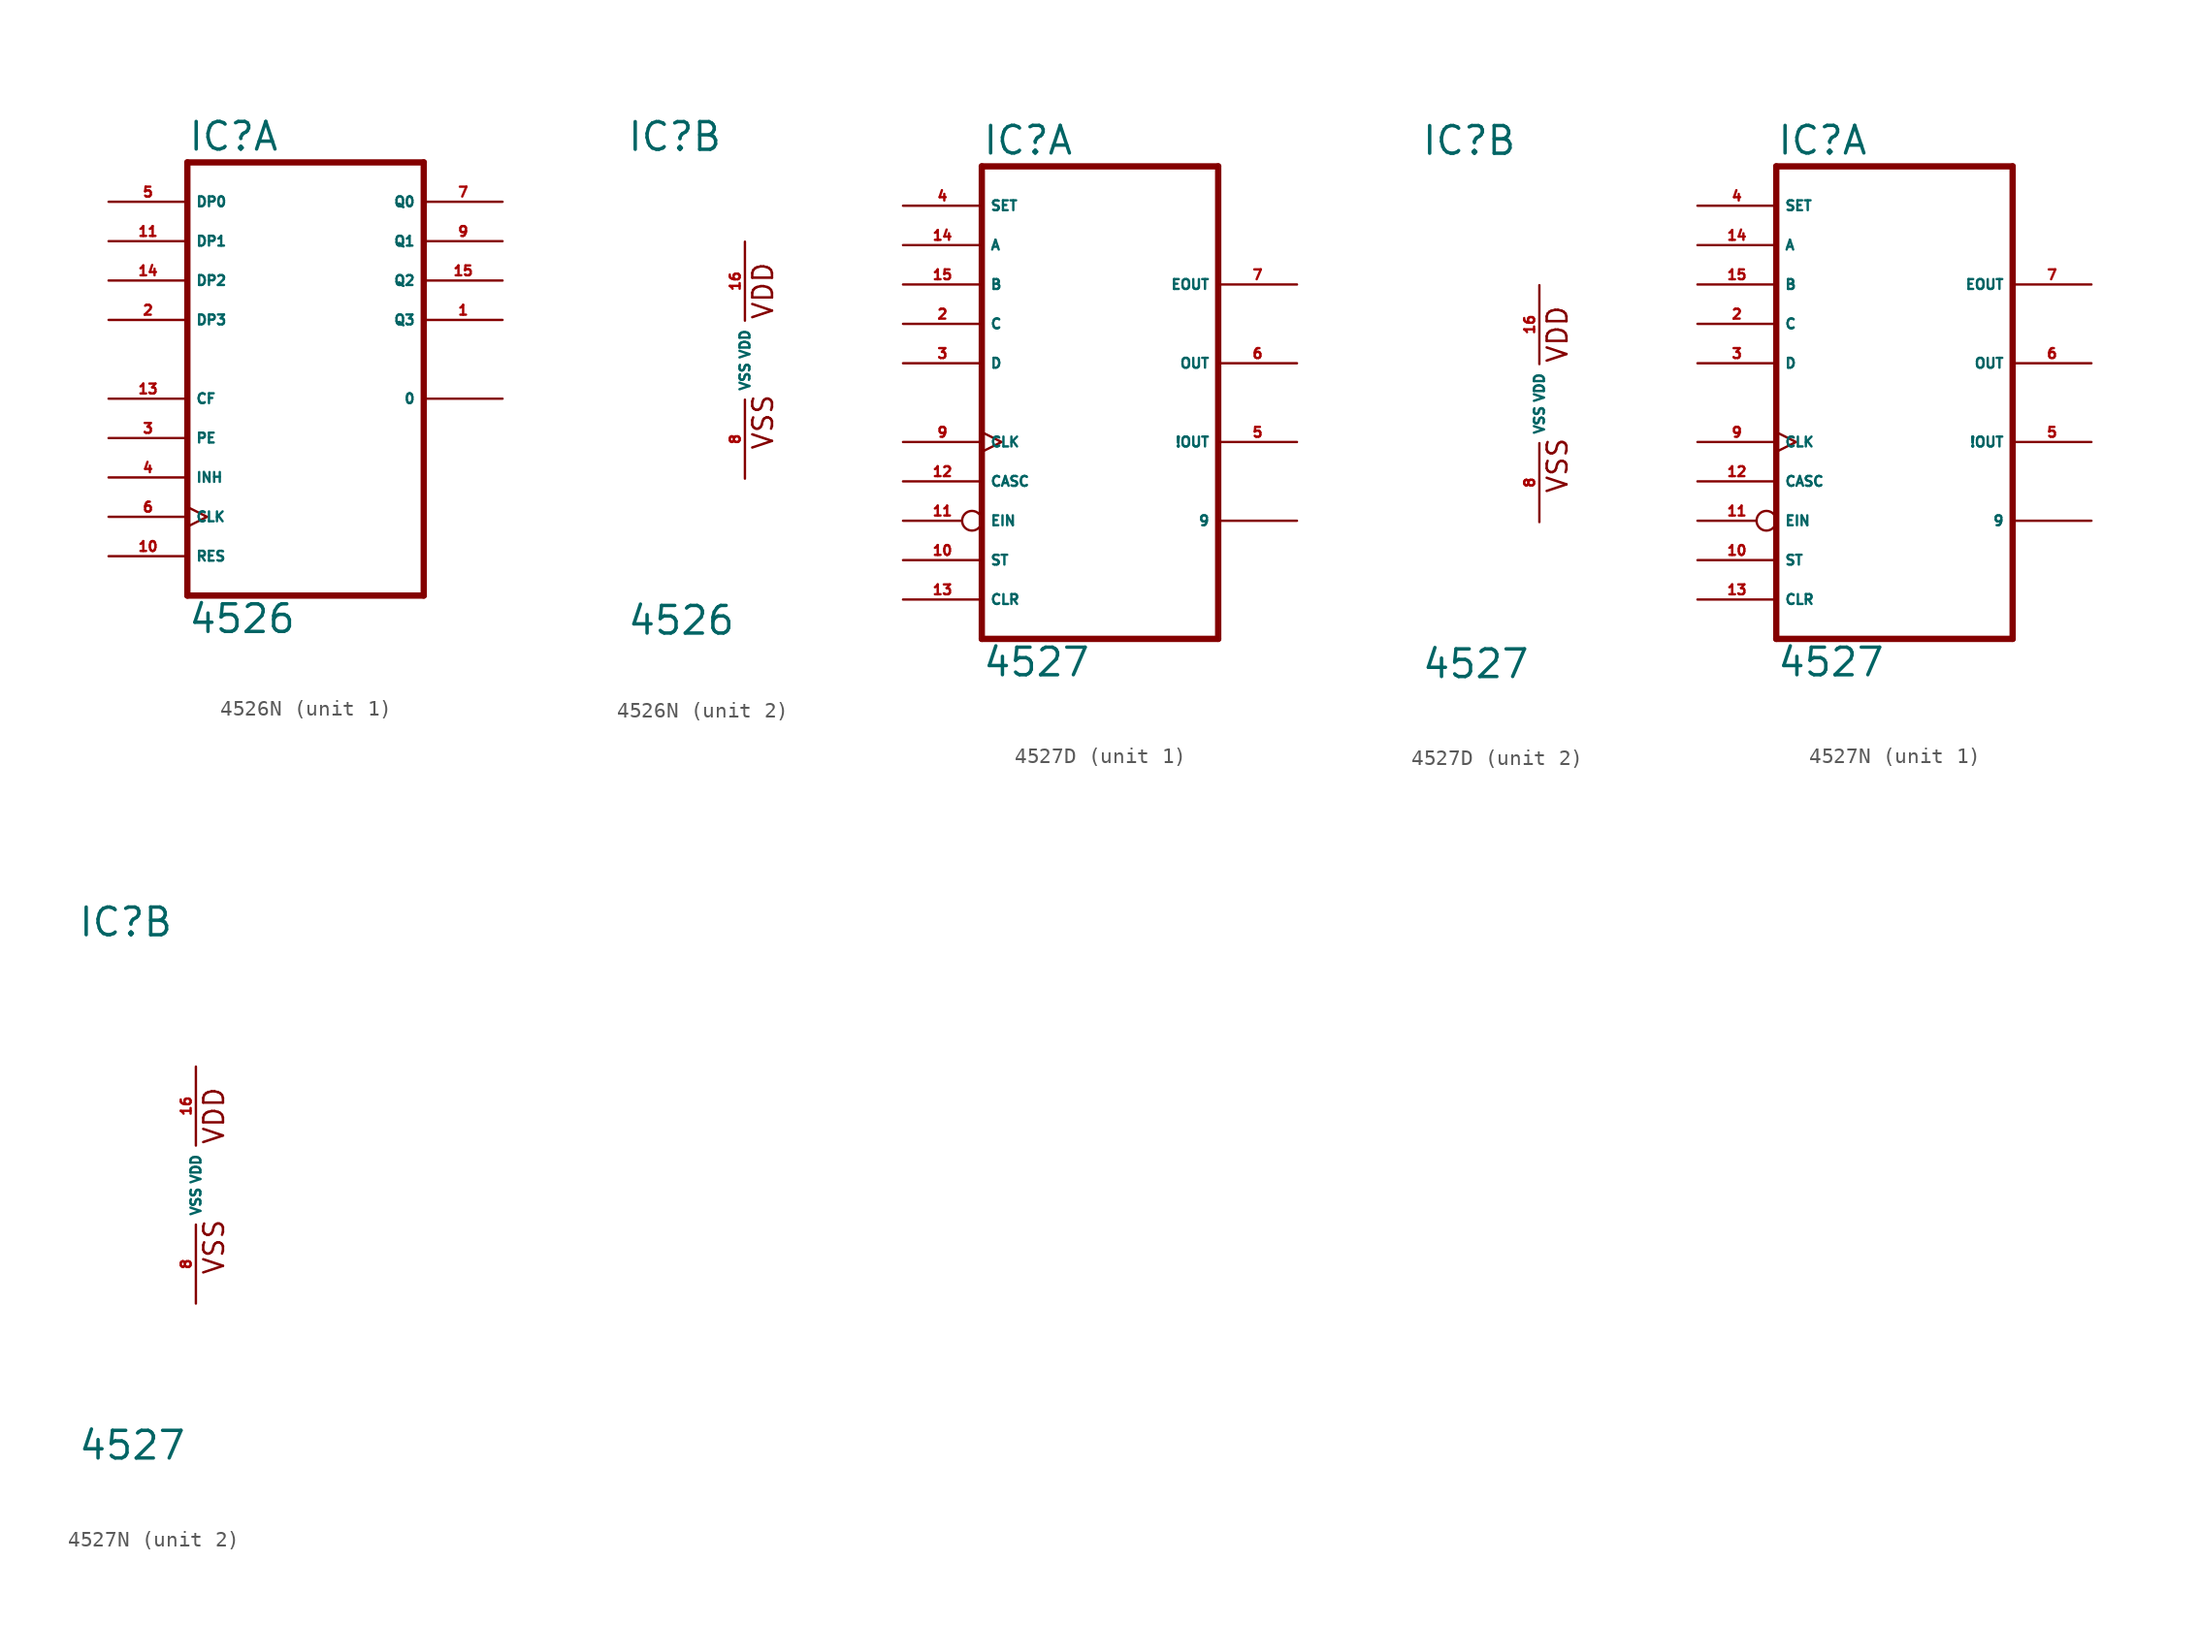
<source format=kicad_sym>
(kicad_symbol_lib
  (version 20220914)
  (generator Eagle2Kicad)
  (symbol "4526N"
    (property "Reference" "IC"
      (at -7.62 13.335 0)
      (effects (font (size 1.778 1.778) (thickness 0.22)) (justify left bottom)))
    (property "Value" "4526"
      (at -7.62 -17.78 0)
      (effects (font (size 1.778 1.778) (thickness 0.22)) (justify left bottom)))
    (symbol "4526N_1_0"
      (polyline (pts (xy -7.62 -15.24) (xy 7.62 -15.24)) (stroke (width 0.406) (type default)) (fill (type none)))
      (polyline (pts (xy 7.62 -15.24) (xy 7.62 12.7)) (stroke (width 0.406) (type default)) (fill (type none)))
      (polyline (pts (xy 7.62 12.7) (xy -7.62 12.7)) (stroke (width 0.406) (type default)) (fill (type none)))
      (polyline (pts (xy -7.62 12.7) (xy -7.62 -15.24)) (stroke (width 0.406) (type default)) (fill (type none)))
      (pin output line (at 12.7 2.54 180) (length 5.08) (name "Q3" (effects (font (size 0.635 0.635) (thickness 0.08)) (justify left bottom))) (number "1" (effects (font (size 0.635 0.635) (thickness 0.08)) (justify left bottom))))
      (pin input line (at -12.7 2.54 0) (length 5.08) (name "DP3" (effects (font (size 0.635 0.635) (thickness 0.08)) (justify left bottom))) (number "2" (effects (font (size 0.635 0.635) (thickness 0.08)) (justify left bottom))))
      (pin input line (at -12.7 -5.08 0) (length 5.08) (name "PE" (effects (font (size 0.635 0.635) (thickness 0.08)) (justify left bottom))) (number "3" (effects (font (size 0.635 0.635) (thickness 0.08)) (justify left bottom))))
      (pin input line (at -12.7 -7.62 0) (length 5.08) (name "INH" (effects (font (size 0.635 0.635) (thickness 0.08)) (justify left bottom))) (number "4" (effects (font (size 0.635 0.635) (thickness 0.08)) (justify left bottom))))
      (pin input line (at -12.7 10.16 0) (length 5.08) (name "DP0" (effects (font (size 0.635 0.635) (thickness 0.08)) (justify left bottom))) (number "5" (effects (font (size 0.635 0.635) (thickness 0.08)) (justify left bottom))))
      (pin input clock (at -12.7 -10.16 0) (length 5.08) (name "CLK" (effects (font (size 0.635 0.635) (thickness 0.08)) (justify left bottom))) (number "6" (effects (font (size 0.635 0.635) (thickness 0.08)) (justify left bottom))))
      (pin output line (at 12.7 10.16 180) (length 5.08) (name "Q0" (effects (font (size 0.635 0.635) (thickness 0.08)) (justify left bottom))) (number "7" (effects (font (size 0.635 0.635) (thickness 0.08)) (justify left bottom))))
      (pin output line (at 12.7 7.62 180) (length 5.08) (name "Q1" (effects (font (size 0.635 0.635) (thickness 0.08)) (justify left bottom))) (number "9" (effects (font (size 0.635 0.635) (thickness 0.08)) (justify left bottom))))
      (pin input line (at -12.7 -12.7 0) (length 5.08) (name "RES" (effects (font (size 0.635 0.635) (thickness 0.08)) (justify left bottom))) (number "10" (effects (font (size 0.635 0.635) (thickness 0.08)) (justify left bottom))))
      (pin input line (at -12.7 7.62 0) (length 5.08) (name "DP1" (effects (font (size 0.635 0.635) (thickness 0.08)) (justify left bottom))) (number "11" (effects (font (size 0.635 0.635) (thickness 0.08)) (justify left bottom))))
      (pin output line (at 12.7 -2.54 180) (length 5.08) (name "0" (effects (font (size 0.635 0.635) (thickness 0.08)) (justify left bottom))) (number "" (effects (font (size 0.635 0.635) (thickness 0.08)) (justify left bottom))))
      (pin input line (at -12.7 -2.54 0) (length 5.08) (name "CF" (effects (font (size 0.635 0.635) (thickness 0.08)) (justify left bottom))) (number "13" (effects (font (size 0.635 0.635) (thickness 0.08)) (justify left bottom))))
      (pin input line (at -12.7 5.08 0) (length 5.08) (name "DP2" (effects (font (size 0.635 0.635) (thickness 0.08)) (justify left bottom))) (number "14" (effects (font (size 0.635 0.635) (thickness 0.08)) (justify left bottom))))
      (pin output line (at 12.7 5.08 180) (length 5.08) (name "Q2" (effects (font (size 0.635 0.635) (thickness 0.08)) (justify left bottom))) (number "15" (effects (font (size 0.635 0.635) (thickness 0.08)) (justify left bottom)))))
    (symbol "4526N_2_0"
      (text "VDD" (at 1.905 2.54 900) (effects (font (size 1.27 1.27) (thickness 0.16)) (justify left bottom)))
      (text "VSS" (at 1.905 -5.842 900) (effects (font (size 1.27 1.27) (thickness 0.16)) (justify left bottom)))
      (pin unspecified line (at 0 -7.62 90) (length 5.08) (name "VSS" (effects (font (size 0.635 0.635) (thickness 0.08)) (justify left bottom))) (number "8" (effects (font (size 0.635 0.635) (thickness 0.08)) (justify left bottom))))
      (pin unspecified line (at 0 7.62 270) (length 5.08) (name "VDD" (effects (font (size 0.635 0.635) (thickness 0.08)) (justify left bottom))) (number "16" (effects (font (size 0.635 0.635) (thickness 0.08)) (justify left bottom))))))
  (symbol "4527D"
    (property "Reference" "IC"
      (at -7.62 15.875 0)
      (effects (font (size 1.778 1.778) (thickness 0.22)) (justify left bottom)))
    (property "Value" "4527"
      (at -7.62 -17.78 0)
      (effects (font (size 1.778 1.778) (thickness 0.22)) (justify left bottom)))
    (symbol "4527D_1_0"
      (polyline (pts (xy -7.62 -15.24) (xy 7.62 -15.24)) (stroke (width 0.406) (type default)) (fill (type none)))
      (polyline (pts (xy 7.62 -15.24) (xy 7.62 15.24)) (stroke (width 0.406) (type default)) (fill (type none)))
      (polyline (pts (xy 7.62 15.24) (xy -7.62 15.24)) (stroke (width 0.406) (type default)) (fill (type none)))
      (polyline (pts (xy -7.62 15.24) (xy -7.62 -15.24)) (stroke (width 0.406) (type default)) (fill (type none)))
      (pin output line (at 12.7 -7.62 180) (length 5.08) (name "9" (effects (font (size 0.635 0.635) (thickness 0.08)) (justify left bottom))) (number "" (effects (font (size 0.635 0.635) (thickness 0.08)) (justify left bottom))))
      (pin input line (at -12.7 5.08 0) (length 5.08) (name "C" (effects (font (size 0.635 0.635) (thickness 0.08)) (justify left bottom))) (number "2" (effects (font (size 0.635 0.635) (thickness 0.08)) (justify left bottom))))
      (pin input line (at -12.7 2.54 0) (length 5.08) (name "D" (effects (font (size 0.635 0.635) (thickness 0.08)) (justify left bottom))) (number "3" (effects (font (size 0.635 0.635) (thickness 0.08)) (justify left bottom))))
      (pin input line (at -12.7 12.7 0) (length 5.08) (name "SET" (effects (font (size 0.635 0.635) (thickness 0.08)) (justify left bottom))) (number "4" (effects (font (size 0.635 0.635) (thickness 0.08)) (justify left bottom))))
      (pin output line (at 12.7 -2.54 180) (length 5.08) (name "!OUT" (effects (font (size 0.635 0.635) (thickness 0.08)) (justify left bottom))) (number "5" (effects (font (size 0.635 0.635) (thickness 0.08)) (justify left bottom))))
      (pin output line (at 12.7 2.54 180) (length 5.08) (name "OUT" (effects (font (size 0.635 0.635) (thickness 0.08)) (justify left bottom))) (number "6" (effects (font (size 0.635 0.635) (thickness 0.08)) (justify left bottom))))
      (pin output line (at 12.7 7.62 180) (length 5.08) (name "EOUT" (effects (font (size 0.635 0.635) (thickness 0.08)) (justify left bottom))) (number "7" (effects (font (size 0.635 0.635) (thickness 0.08)) (justify left bottom))))
      (pin input clock (at -12.7 -2.54 0) (length 5.08) (name "CLK" (effects (font (size 0.635 0.635) (thickness 0.08)) (justify left bottom))) (number "9" (effects (font (size 0.635 0.635) (thickness 0.08)) (justify left bottom))))
      (pin input line (at -12.7 -10.16 0) (length 5.08) (name "ST" (effects (font (size 0.635 0.635) (thickness 0.08)) (justify left bottom))) (number "10" (effects (font (size 0.635 0.635) (thickness 0.08)) (justify left bottom))))
      (pin input inverted (at -12.7 -7.62 0) (length 5.08) (name "EIN" (effects (font (size 0.635 0.635) (thickness 0.08)) (justify left bottom))) (number "11" (effects (font (size 0.635 0.635) (thickness 0.08)) (justify left bottom))))
      (pin input line (at -12.7 -5.08 0) (length 5.08) (name "CASC" (effects (font (size 0.635 0.635) (thickness 0.08)) (justify left bottom))) (number "12" (effects (font (size 0.635 0.635) (thickness 0.08)) (justify left bottom))))
      (pin input line (at -12.7 -12.7 0) (length 5.08) (name "CLR" (effects (font (size 0.635 0.635) (thickness 0.08)) (justify left bottom))) (number "13" (effects (font (size 0.635 0.635) (thickness 0.08)) (justify left bottom))))
      (pin input line (at -12.7 10.16 0) (length 5.08) (name "A" (effects (font (size 0.635 0.635) (thickness 0.08)) (justify left bottom))) (number "14" (effects (font (size 0.635 0.635) (thickness 0.08)) (justify left bottom))))
      (pin input line (at -12.7 7.62 0) (length 5.08) (name "B" (effects (font (size 0.635 0.635) (thickness 0.08)) (justify left bottom))) (number "15" (effects (font (size 0.635 0.635) (thickness 0.08)) (justify left bottom)))))
    (symbol "4527D_2_0"
      (text "VDD" (at 1.905 2.54 900) (effects (font (size 1.27 1.27) (thickness 0.16)) (justify left bottom)))
      (text "VSS" (at 1.905 -5.842 900) (effects (font (size 1.27 1.27) (thickness 0.16)) (justify left bottom)))
      (pin unspecified line (at 0 -7.62 90) (length 5.08) (name "VSS" (effects (font (size 0.635 0.635) (thickness 0.08)) (justify left bottom))) (number "8" (effects (font (size 0.635 0.635) (thickness 0.08)) (justify left bottom))))
      (pin unspecified line (at 0 7.62 270) (length 5.08) (name "VDD" (effects (font (size 0.635 0.635) (thickness 0.08)) (justify left bottom))) (number "16" (effects (font (size 0.635 0.635) (thickness 0.08)) (justify left bottom))))))
  (symbol "4527N"
    (property "Reference" "IC"
      (at -7.62 15.875 0)
      (effects (font (size 1.778 1.778) (thickness 0.22)) (justify left bottom)))
    (property "Value" "4527"
      (at -7.62 -17.78 0)
      (effects (font (size 1.778 1.778) (thickness 0.22)) (justify left bottom)))
    (symbol "4527N_1_0"
      (polyline (pts (xy -7.62 -15.24) (xy 7.62 -15.24)) (stroke (width 0.406) (type default)) (fill (type none)))
      (polyline (pts (xy 7.62 -15.24) (xy 7.62 15.24)) (stroke (width 0.406) (type default)) (fill (type none)))
      (polyline (pts (xy 7.62 15.24) (xy -7.62 15.24)) (stroke (width 0.406) (type default)) (fill (type none)))
      (polyline (pts (xy -7.62 15.24) (xy -7.62 -15.24)) (stroke (width 0.406) (type default)) (fill (type none)))
      (pin output line (at 12.7 -7.62 180) (length 5.08) (name "9" (effects (font (size 0.635 0.635) (thickness 0.08)) (justify left bottom))) (number "" (effects (font (size 0.635 0.635) (thickness 0.08)) (justify left bottom))))
      (pin input line (at -12.7 5.08 0) (length 5.08) (name "C" (effects (font (size 0.635 0.635) (thickness 0.08)) (justify left bottom))) (number "2" (effects (font (size 0.635 0.635) (thickness 0.08)) (justify left bottom))))
      (pin input line (at -12.7 2.54 0) (length 5.08) (name "D" (effects (font (size 0.635 0.635) (thickness 0.08)) (justify left bottom))) (number "3" (effects (font (size 0.635 0.635) (thickness 0.08)) (justify left bottom))))
      (pin input line (at -12.7 12.7 0) (length 5.08) (name "SET" (effects (font (size 0.635 0.635) (thickness 0.08)) (justify left bottom))) (number "4" (effects (font (size 0.635 0.635) (thickness 0.08)) (justify left bottom))))
      (pin output line (at 12.7 -2.54 180) (length 5.08) (name "!OUT" (effects (font (size 0.635 0.635) (thickness 0.08)) (justify left bottom))) (number "5" (effects (font (size 0.635 0.635) (thickness 0.08)) (justify left bottom))))
      (pin output line (at 12.7 2.54 180) (length 5.08) (name "OUT" (effects (font (size 0.635 0.635) (thickness 0.08)) (justify left bottom))) (number "6" (effects (font (size 0.635 0.635) (thickness 0.08)) (justify left bottom))))
      (pin output line (at 12.7 7.62 180) (length 5.08) (name "EOUT" (effects (font (size 0.635 0.635) (thickness 0.08)) (justify left bottom))) (number "7" (effects (font (size 0.635 0.635) (thickness 0.08)) (justify left bottom))))
      (pin input clock (at -12.7 -2.54 0) (length 5.08) (name "CLK" (effects (font (size 0.635 0.635) (thickness 0.08)) (justify left bottom))) (number "9" (effects (font (size 0.635 0.635) (thickness 0.08)) (justify left bottom))))
      (pin input line (at -12.7 -10.16 0) (length 5.08) (name "ST" (effects (font (size 0.635 0.635) (thickness 0.08)) (justify left bottom))) (number "10" (effects (font (size 0.635 0.635) (thickness 0.08)) (justify left bottom))))
      (pin input inverted (at -12.7 -7.62 0) (length 5.08) (name "EIN" (effects (font (size 0.635 0.635) (thickness 0.08)) (justify left bottom))) (number "11" (effects (font (size 0.635 0.635) (thickness 0.08)) (justify left bottom))))
      (pin input line (at -12.7 -5.08 0) (length 5.08) (name "CASC" (effects (font (size 0.635 0.635) (thickness 0.08)) (justify left bottom))) (number "12" (effects (font (size 0.635 0.635) (thickness 0.08)) (justify left bottom))))
      (pin input line (at -12.7 -12.7 0) (length 5.08) (name "CLR" (effects (font (size 0.635 0.635) (thickness 0.08)) (justify left bottom))) (number "13" (effects (font (size 0.635 0.635) (thickness 0.08)) (justify left bottom))))
      (pin input line (at -12.7 10.16 0) (length 5.08) (name "A" (effects (font (size 0.635 0.635) (thickness 0.08)) (justify left bottom))) (number "14" (effects (font (size 0.635 0.635) (thickness 0.08)) (justify left bottom))))
      (pin input line (at -12.7 7.62 0) (length 5.08) (name "B" (effects (font (size 0.635 0.635) (thickness 0.08)) (justify left bottom))) (number "15" (effects (font (size 0.635 0.635) (thickness 0.08)) (justify left bottom)))))
    (symbol "4527N_2_0"
      (text "VDD" (at 1.905 2.54 900) (effects (font (size 1.27 1.27) (thickness 0.16)) (justify left bottom)))
      (text "VSS" (at 1.905 -5.842 900) (effects (font (size 1.27 1.27) (thickness 0.16)) (justify left bottom)))
      (pin unspecified line (at 0 -7.62 90) (length 5.08) (name "VSS" (effects (font (size 0.635 0.635) (thickness 0.08)) (justify left bottom))) (number "8" (effects (font (size 0.635 0.635) (thickness 0.08)) (justify left bottom))))
      (pin unspecified line (at 0 7.62 270) (length 5.08) (name "VDD" (effects (font (size 0.635 0.635) (thickness 0.08)) (justify left bottom))) (number "16" (effects (font (size 0.635 0.635) (thickness 0.08)) (justify left bottom)))))))
</source>
